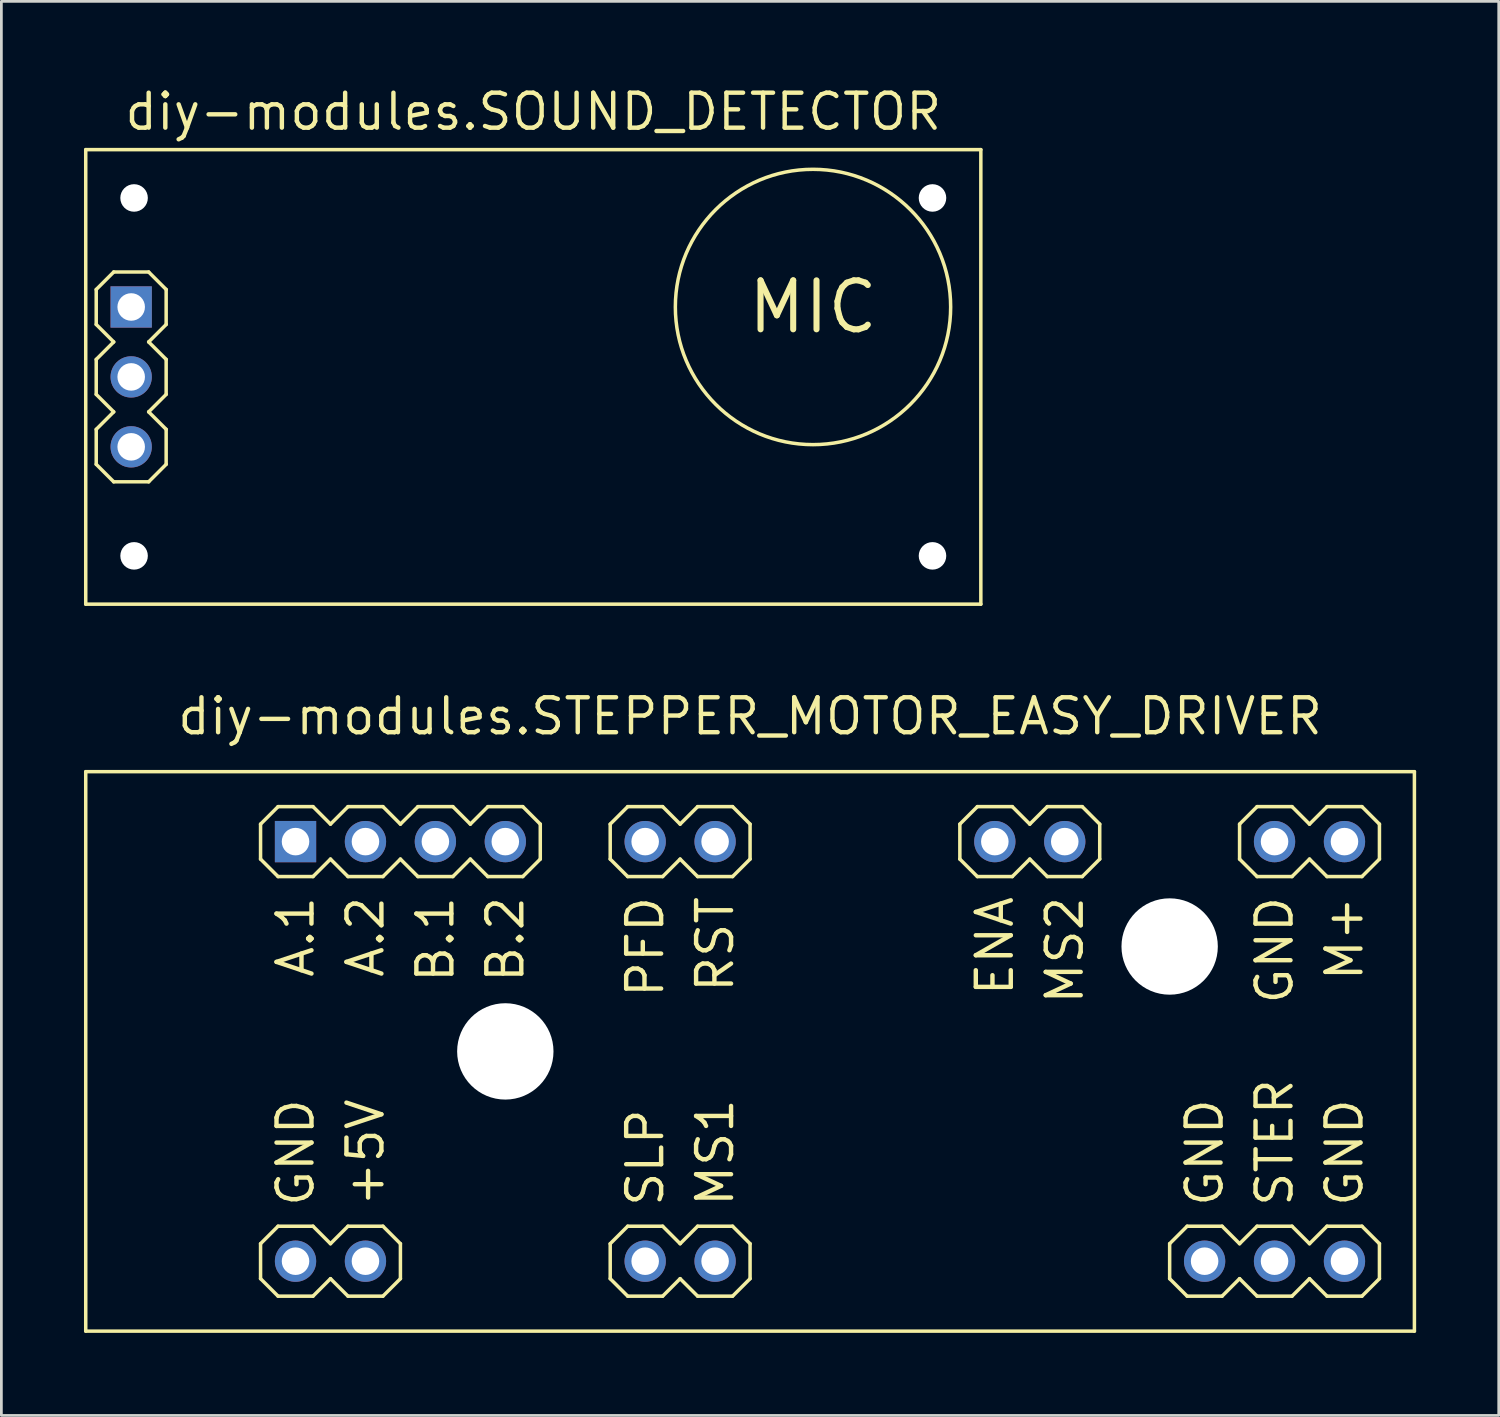
<source format=kicad_pcb>
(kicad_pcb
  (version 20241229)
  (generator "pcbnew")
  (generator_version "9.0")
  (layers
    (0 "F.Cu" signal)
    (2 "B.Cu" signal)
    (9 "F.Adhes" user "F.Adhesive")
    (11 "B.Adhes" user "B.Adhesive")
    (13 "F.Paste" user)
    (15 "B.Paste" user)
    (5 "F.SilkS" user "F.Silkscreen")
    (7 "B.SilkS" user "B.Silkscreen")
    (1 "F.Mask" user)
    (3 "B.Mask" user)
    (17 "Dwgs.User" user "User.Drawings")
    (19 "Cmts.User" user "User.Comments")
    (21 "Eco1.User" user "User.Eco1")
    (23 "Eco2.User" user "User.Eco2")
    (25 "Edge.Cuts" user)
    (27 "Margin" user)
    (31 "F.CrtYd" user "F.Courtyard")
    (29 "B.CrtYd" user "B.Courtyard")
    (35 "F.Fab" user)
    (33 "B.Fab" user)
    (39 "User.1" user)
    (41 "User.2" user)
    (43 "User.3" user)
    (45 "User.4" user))
  (footprint "diy-modules.SOUND_DETECTOR"
    (layer "F.Cu")
    (at 16.32 10.64)
    (property "Reference" "diy-modules.SOUND_DETECTOR" (at 0 -8.89 0) (layer "F.SilkS") (effects (font (size 1.27 1.27) (thickness 0.16)) (justify bottom)))
    (attr through_hole)
    (fp_line (start -16.256 -8.255) (end 16.256 -8.255) (stroke (width 0.127) (type default)) (layer "F.SilkS"))
    (fp_line (start -16.256 8.255) (end -16.256 -8.255) (stroke (width 0.127) (type default)) (layer "F.SilkS"))
    (fp_line (start -15.875 -3.175) (end -15.24 -3.81) (stroke (width 0.127) (type default)) (layer "F.SilkS"))
    (fp_line (start -15.875 -1.905) (end -15.875 -3.175) (stroke (width 0.127) (type default)) (layer "F.SilkS"))
    (fp_line (start -15.875 -0.635) (end -15.24 -1.27) (stroke (width 0.127) (type default)) (layer "F.SilkS"))
    (fp_line (start -15.875 0.635) (end -15.875 -0.635) (stroke (width 0.127) (type default)) (layer "F.SilkS"))
    (fp_line (start -15.875 1.905) (end -15.24 1.27) (stroke (width 0.127) (type default)) (layer "F.SilkS"))
    (fp_line (start -15.875 3.175) (end -15.875 1.905) (stroke (width 0.127) (type default)) (layer "F.SilkS"))
    (fp_line (start -15.24 -3.81) (end -13.97 -3.81) (stroke (width 0.127) (type default)) (layer "F.SilkS"))
    (fp_line (start -15.24 -1.27) (end -15.875 -1.905) (stroke (width 0.127) (type default)) (layer "F.SilkS"))
    (fp_line (start -15.24 1.27) (end -15.875 0.635) (stroke (width 0.127) (type default)) (layer "F.SilkS"))
    (fp_line (start -15.24 3.81) (end -15.875 3.175) (stroke (width 0.127) (type default)) (layer "F.SilkS"))
    (fp_line (start -13.97 -3.81) (end -13.335 -3.175) (stroke (width 0.127) (type default)) (layer "F.SilkS"))
    (fp_line (start -13.97 -1.27) (end -13.335 -0.635) (stroke (width 0.127) (type default)) (layer "F.SilkS"))
    (fp_line (start -13.97 1.27) (end -13.335 1.905) (stroke (width 0.127) (type default)) (layer "F.SilkS"))
    (fp_line (start -13.97 3.81) (end -15.24 3.81) (stroke (width 0.127) (type default)) (layer "F.SilkS"))
    (fp_line (start -13.335 -3.175) (end -13.335 -1.905) (stroke (width 0.127) (type default)) (layer "F.SilkS"))
    (fp_line (start -13.335 -1.905) (end -13.97 -1.27) (stroke (width 0.127) (type default)) (layer "F.SilkS"))
    (fp_line (start -13.335 -0.635) (end -13.335 0.635) (stroke (width 0.127) (type default)) (layer "F.SilkS"))
    (fp_line (start -13.335 0.635) (end -13.97 1.27) (stroke (width 0.127) (type default)) (layer "F.SilkS"))
    (fp_line (start -13.335 1.905) (end -13.335 3.175) (stroke (width 0.127) (type default)) (layer "F.SilkS"))
    (fp_line (start -13.335 3.175) (end -13.97 3.81) (stroke (width 0.127) (type default)) (layer "F.SilkS"))
    (fp_line (start 16.256 -8.255) (end 16.256 8.255) (stroke (width 0.127) (type default)) (layer "F.SilkS"))
    (fp_line (start 16.256 8.255) (end -16.256 8.255) (stroke (width 0.127) (type default)) (layer "F.SilkS"))
    (fp_circle (center 10.16 -2.54) (end 15.16 -2.54) (stroke (width 0.127) (type default)) (fill no) (layer "F.SilkS"))
    (fp_text user "MIC" (at 10.16 -2.54 0) (layer "F.SilkS") (effects (font (size 1.778 1.778) (thickness 0.22))))
    (pad "" np_thru_hole circle (at -14.5 -6.5) (size 1 1) (drill 1) (layers "*.Cu" "*.Mask"))
    (pad "" np_thru_hole circle (at -14.5 6.5) (size 1 1) (drill 1) (layers "*.Cu" "*.Mask"))
    (pad "" np_thru_hole circle (at 14.5 -6.5) (size 1 1) (drill 1) (layers "*.Cu" "*.Mask"))
    (pad "" np_thru_hole circle (at 14.5 6.5) (size 1 1) (drill 1) (layers "*.Cu" "*.Mask"))
    (pad "1" thru_hole rect (at -14.605 -2.54) (size 1.5 1.5) (drill 1) (layers "*.Cu" "*.Mask"))
    (pad "2" thru_hole circle (at -14.605 0) (size 1.5 1.5) (drill 1) (layers "*.Cu" "*.Mask"))
    (pad "3" thru_hole circle (at -14.605 2.54) (size 1.5 1.5) (drill 1) (layers "*.Cu" "*.Mask")))
  (footprint "diy-modules.STEPPER_MOTOR_EASY_DRIVER"
    (layer "F.Cu")
    (at 24.194 35.139)
    (property "Reference" "diy-modules.STEPPER_MOTOR_EASY_DRIVER" (at 0 -11.43 0) (layer "F.SilkS") (effects (font (size 1.27 1.27) (thickness 0.16)) (justify bottom)))
    (attr through_hole)
    (fp_line (start -24.13 -10.16) (end 24.13 -10.16) (stroke (width 0.127) (type default)) (layer "F.SilkS"))
    (fp_line (start -24.13 10.16) (end -24.13 -10.16) (stroke (width 0.127) (type default)) (layer "F.SilkS"))
    (fp_line (start -17.78 -8.255) (end -17.145 -8.89) (stroke (width 0.127) (type default)) (layer "F.SilkS"))
    (fp_line (start -17.78 -6.985) (end -17.78 -8.255) (stroke (width 0.127) (type default)) (layer "F.SilkS"))
    (fp_line (start -17.78 6.985) (end -17.145 6.35) (stroke (width 0.127) (type default)) (layer "F.SilkS"))
    (fp_line (start -17.78 8.255) (end -17.78 6.985) (stroke (width 0.127) (type default)) (layer "F.SilkS"))
    (fp_line (start -17.145 -8.89) (end -15.875 -8.89) (stroke (width 0.127) (type default)) (layer "F.SilkS"))
    (fp_line (start -17.145 -6.35) (end -17.78 -6.985) (stroke (width 0.127) (type default)) (layer "F.SilkS"))
    (fp_line (start -17.145 6.35) (end -15.875 6.35) (stroke (width 0.127) (type default)) (layer "F.SilkS"))
    (fp_line (start -17.145 8.89) (end -17.78 8.255) (stroke (width 0.127) (type default)) (layer "F.SilkS"))
    (fp_line (start -15.875 -8.89) (end -15.24 -8.255) (stroke (width 0.127) (type default)) (layer "F.SilkS"))
    (fp_line (start -15.875 -6.35) (end -17.145 -6.35) (stroke (width 0.127) (type default)) (layer "F.SilkS"))
    (fp_line (start -15.875 6.35) (end -15.24 6.985) (stroke (width 0.127) (type default)) (layer "F.SilkS"))
    (fp_line (start -15.875 8.89) (end -17.145 8.89) (stroke (width 0.127) (type default)) (layer "F.SilkS"))
    (fp_line (start -15.24 -8.255) (end -14.605 -8.89) (stroke (width 0.127) (type default)) (layer "F.SilkS"))
    (fp_line (start -15.24 -6.985) (end -15.875 -6.35) (stroke (width 0.127) (type default)) (layer "F.SilkS"))
    (fp_line (start -15.24 6.985) (end -14.605 6.35) (stroke (width 0.127) (type default)) (layer "F.SilkS"))
    (fp_line (start -15.24 8.255) (end -15.875 8.89) (stroke (width 0.127) (type default)) (layer "F.SilkS"))
    (fp_line (start -14.605 -8.89) (end -13.335 -8.89) (stroke (width 0.127) (type default)) (layer "F.SilkS"))
    (fp_line (start -14.605 -6.35) (end -15.24 -6.985) (stroke (width 0.127) (type default)) (layer "F.SilkS"))
    (fp_line (start -14.605 6.35) (end -13.335 6.35) (stroke (width 0.127) (type default)) (layer "F.SilkS"))
    (fp_line (start -14.605 8.89) (end -15.24 8.255) (stroke (width 0.127) (type default)) (layer "F.SilkS"))
    (fp_line (start -13.335 -8.89) (end -12.7 -8.255) (stroke (width 0.127) (type default)) (layer "F.SilkS"))
    (fp_line (start -13.335 -6.35) (end -14.605 -6.35) (stroke (width 0.127) (type default)) (layer "F.SilkS"))
    (fp_line (start -13.335 6.35) (end -12.7 6.985) (stroke (width 0.127) (type default)) (layer "F.SilkS"))
    (fp_line (start -13.335 8.89) (end -14.605 8.89) (stroke (width 0.127) (type default)) (layer "F.SilkS"))
    (fp_line (start -12.7 -8.255) (end -12.065 -8.89) (stroke (width 0.127) (type default)) (layer "F.SilkS"))
    (fp_line (start -12.7 -6.985) (end -13.335 -6.35) (stroke (width 0.127) (type default)) (layer "F.SilkS"))
    (fp_line (start -12.7 6.985) (end -12.7 8.255) (stroke (width 0.127) (type default)) (layer "F.SilkS"))
    (fp_line (start -12.7 8.255) (end -13.335 8.89) (stroke (width 0.127) (type default)) (layer "F.SilkS"))
    (fp_line (start -12.065 -8.89) (end -10.795 -8.89) (stroke (width 0.127) (type default)) (layer "F.SilkS"))
    (fp_line (start -12.065 -6.35) (end -12.7 -6.985) (stroke (width 0.127) (type default)) (layer "F.SilkS"))
    (fp_line (start -10.795 -8.89) (end -10.16 -8.255) (stroke (width 0.127) (type default)) (layer "F.SilkS"))
    (fp_line (start -10.795 -6.35) (end -12.065 -6.35) (stroke (width 0.127) (type default)) (layer "F.SilkS"))
    (fp_line (start -10.16 -8.255) (end -9.525 -8.89) (stroke (width 0.127) (type default)) (layer "F.SilkS"))
    (fp_line (start -10.16 -6.985) (end -10.795 -6.35) (stroke (width 0.127) (type default)) (layer "F.SilkS"))
    (fp_line (start -9.525 -8.89) (end -8.255 -8.89) (stroke (width 0.127) (type default)) (layer "F.SilkS"))
    (fp_line (start -9.525 -6.35) (end -10.16 -6.985) (stroke (width 0.127) (type default)) (layer "F.SilkS"))
    (fp_line (start -8.255 -8.89) (end -7.62 -8.255) (stroke (width 0.127) (type default)) (layer "F.SilkS"))
    (fp_line (start -8.255 -6.35) (end -9.525 -6.35) (stroke (width 0.127) (type default)) (layer "F.SilkS"))
    (fp_line (start -7.62 -8.255) (end -7.62 -6.985) (stroke (width 0.127) (type default)) (layer "F.SilkS"))
    (fp_line (start -7.62 -6.985) (end -8.255 -6.35) (stroke (width 0.127) (type default)) (layer "F.SilkS"))
    (fp_line (start -5.08 -8.255) (end -4.445 -8.89) (stroke (width 0.127) (type default)) (layer "F.SilkS"))
    (fp_line (start -5.08 -6.985) (end -5.08 -8.255) (stroke (width 0.127) (type default)) (layer "F.SilkS"))
    (fp_line (start -5.08 6.985) (end -4.445 6.35) (stroke (width 0.127) (type default)) (layer "F.SilkS"))
    (fp_line (start -5.08 8.255) (end -5.08 6.985) (stroke (width 0.127) (type default)) (layer "F.SilkS"))
    (fp_line (start -4.445 -8.89) (end -3.175 -8.89) (stroke (width 0.127) (type default)) (layer "F.SilkS"))
    (fp_line (start -4.445 -6.35) (end -5.08 -6.985) (stroke (width 0.127) (type default)) (layer "F.SilkS"))
    (fp_line (start -4.445 6.35) (end -3.175 6.35) (stroke (width 0.127) (type default)) (layer "F.SilkS"))
    (fp_line (start -4.445 8.89) (end -5.08 8.255) (stroke (width 0.127) (type default)) (layer "F.SilkS"))
    (fp_line (start -3.175 -8.89) (end -2.54 -8.255) (stroke (width 0.127) (type default)) (layer "F.SilkS"))
    (fp_line (start -3.175 -6.35) (end -4.445 -6.35) (stroke (width 0.127) (type default)) (layer "F.SilkS"))
    (fp_line (start -3.175 6.35) (end -2.54 6.985) (stroke (width 0.127) (type default)) (layer "F.SilkS"))
    (fp_line (start -3.175 8.89) (end -4.445 8.89) (stroke (width 0.127) (type default)) (layer "F.SilkS"))
    (fp_line (start -2.54 -8.255) (end -1.905 -8.89) (stroke (width 0.127) (type default)) (layer "F.SilkS"))
    (fp_line (start -2.54 -6.985) (end -3.175 -6.35) (stroke (width 0.127) (type default)) (layer "F.SilkS"))
    (fp_line (start -2.54 6.985) (end -1.905 6.35) (stroke (width 0.127) (type default)) (layer "F.SilkS"))
    (fp_line (start -2.54 8.255) (end -3.175 8.89) (stroke (width 0.127) (type default)) (layer "F.SilkS"))
    (fp_line (start -1.905 -8.89) (end -0.635 -8.89) (stroke (width 0.127) (type default)) (layer "F.SilkS"))
    (fp_line (start -1.905 -6.35) (end -2.54 -6.985) (stroke (width 0.127) (type default)) (layer "F.SilkS"))
    (fp_line (start -1.905 6.35) (end -0.635 6.35) (stroke (width 0.127) (type default)) (layer "F.SilkS"))
    (fp_line (start -1.905 8.89) (end -2.54 8.255) (stroke (width 0.127) (type default)) (layer "F.SilkS"))
    (fp_line (start -0.635 -8.89) (end 0 -8.255) (stroke (width 0.127) (type default)) (layer "F.SilkS"))
    (fp_line (start -0.635 -6.35) (end -1.905 -6.35) (stroke (width 0.127) (type default)) (layer "F.SilkS"))
    (fp_line (start -0.635 6.35) (end 0 6.985) (stroke (width 0.127) (type default)) (layer "F.SilkS"))
    (fp_line (start -0.635 8.89) (end -1.905 8.89) (stroke (width 0.127) (type default)) (layer "F.SilkS"))
    (fp_line (start 0 -8.255) (end 0 -6.985) (stroke (width 0.127) (type default)) (layer "F.SilkS"))
    (fp_line (start 0 -6.985) (end -0.635 -6.35) (stroke (width 0.127) (type default)) (layer "F.SilkS"))
    (fp_line (start 0 6.985) (end 0 8.255) (stroke (width 0.127) (type default)) (layer "F.SilkS"))
    (fp_line (start 0 8.255) (end -0.635 8.89) (stroke (width 0.127) (type default)) (layer "F.SilkS"))
    (fp_line (start 7.62 -8.255) (end 8.255 -8.89) (stroke (width 0.127) (type default)) (layer "F.SilkS"))
    (fp_line (start 7.62 -6.985) (end 7.62 -8.255) (stroke (width 0.127) (type default)) (layer "F.SilkS"))
    (fp_line (start 8.255 -8.89) (end 9.525 -8.89) (stroke (width 0.127) (type default)) (layer "F.SilkS"))
    (fp_line (start 8.255 -6.35) (end 7.62 -6.985) (stroke (width 0.127) (type default)) (layer "F.SilkS"))
    (fp_line (start 9.525 -8.89) (end 10.16 -8.255) (stroke (width 0.127) (type default)) (layer "F.SilkS"))
    (fp_line (start 9.525 -6.35) (end 8.255 -6.35) (stroke (width 0.127) (type default)) (layer "F.SilkS"))
    (fp_line (start 10.16 -8.255) (end 10.795 -8.89) (stroke (width 0.127) (type default)) (layer "F.SilkS"))
    (fp_line (start 10.16 -6.985) (end 9.525 -6.35) (stroke (width 0.127) (type default)) (layer "F.SilkS"))
    (fp_line (start 10.795 -8.89) (end 12.065 -8.89) (stroke (width 0.127) (type default)) (layer "F.SilkS"))
    (fp_line (start 10.795 -6.35) (end 10.16 -6.985) (stroke (width 0.127) (type default)) (layer "F.SilkS"))
    (fp_line (start 12.065 -8.89) (end 12.7 -8.255) (stroke (width 0.127) (type default)) (layer "F.SilkS"))
    (fp_line (start 12.065 -6.35) (end 10.795 -6.35) (stroke (width 0.127) (type default)) (layer "F.SilkS"))
    (fp_line (start 12.7 -8.255) (end 12.7 -6.985) (stroke (width 0.127) (type default)) (layer "F.SilkS"))
    (fp_line (start 12.7 -6.985) (end 12.065 -6.35) (stroke (width 0.127) (type default)) (layer "F.SilkS"))
    (fp_line (start 15.24 6.985) (end 15.875 6.35) (stroke (width 0.127) (type default)) (layer "F.SilkS"))
    (fp_line (start 15.24 8.255) (end 15.24 6.985) (stroke (width 0.127) (type default)) (layer "F.SilkS"))
    (fp_line (start 15.875 6.35) (end 17.145 6.35) (stroke (width 0.127) (type default)) (layer "F.SilkS"))
    (fp_line (start 15.875 8.89) (end 15.24 8.255) (stroke (width 0.127) (type default)) (layer "F.SilkS"))
    (fp_line (start 17.145 6.35) (end 17.78 6.985) (stroke (width 0.127) (type default)) (layer "F.SilkS"))
    (fp_line (start 17.145 8.89) (end 15.875 8.89) (stroke (width 0.127) (type default)) (layer "F.SilkS"))
    (fp_line (start 17.78 -8.255) (end 18.415 -8.89) (stroke (width 0.127) (type default)) (layer "F.SilkS"))
    (fp_line (start 17.78 -6.985) (end 17.78 -8.255) (stroke (width 0.127) (type default)) (layer "F.SilkS"))
    (fp_line (start 17.78 6.985) (end 18.415 6.35) (stroke (width 0.127) (type default)) (layer "F.SilkS"))
    (fp_line (start 17.78 8.255) (end 17.145 8.89) (stroke (width 0.127) (type default)) (layer "F.SilkS"))
    (fp_line (start 18.415 -8.89) (end 19.685 -8.89) (stroke (width 0.127) (type default)) (layer "F.SilkS"))
    (fp_line (start 18.415 -6.35) (end 17.78 -6.985) (stroke (width 0.127) (type default)) (layer "F.SilkS"))
    (fp_line (start 18.415 6.35) (end 19.685 6.35) (stroke (width 0.127) (type default)) (layer "F.SilkS"))
    (fp_line (start 18.415 8.89) (end 17.78 8.255) (stroke (width 0.127) (type default)) (layer "F.SilkS"))
    (fp_line (start 19.685 -8.89) (end 20.32 -8.255) (stroke (width 0.127) (type default)) (layer "F.SilkS"))
    (fp_line (start 19.685 -6.35) (end 18.415 -6.35) (stroke (width 0.127) (type default)) (layer "F.SilkS"))
    (fp_line (start 19.685 6.35) (end 20.32 6.985) (stroke (width 0.127) (type default)) (layer "F.SilkS"))
    (fp_line (start 19.685 8.89) (end 18.415 8.89) (stroke (width 0.127) (type default)) (layer "F.SilkS"))
    (fp_line (start 20.32 -8.255) (end 20.955 -8.89) (stroke (width 0.127) (type default)) (layer "F.SilkS"))
    (fp_line (start 20.32 -6.985) (end 19.685 -6.35) (stroke (width 0.127) (type default)) (layer "F.SilkS"))
    (fp_line (start 20.32 6.985) (end 20.955 6.35) (stroke (width 0.127) (type default)) (layer "F.SilkS"))
    (fp_line (start 20.32 8.255) (end 19.685 8.89) (stroke (width 0.127) (type default)) (layer "F.SilkS"))
    (fp_line (start 20.955 -8.89) (end 22.225 -8.89) (stroke (width 0.127) (type default)) (layer "F.SilkS"))
    (fp_line (start 20.955 -6.35) (end 20.32 -6.985) (stroke (width 0.127) (type default)) (layer "F.SilkS"))
    (fp_line (start 20.955 6.35) (end 22.225 6.35) (stroke (width 0.127) (type default)) (layer "F.SilkS"))
    (fp_line (start 20.955 8.89) (end 20.32 8.255) (stroke (width 0.127) (type default)) (layer "F.SilkS"))
    (fp_line (start 22.225 -8.89) (end 22.86 -8.255) (stroke (width 0.127) (type default)) (layer "F.SilkS"))
    (fp_line (start 22.225 -6.35) (end 20.955 -6.35) (stroke (width 0.127) (type default)) (layer "F.SilkS"))
    (fp_line (start 22.225 6.35) (end 22.86 6.985) (stroke (width 0.127) (type default)) (layer "F.SilkS"))
    (fp_line (start 22.225 8.89) (end 20.955 8.89) (stroke (width 0.127) (type default)) (layer "F.SilkS"))
    (fp_line (start 22.86 -8.255) (end 22.86 -6.985) (stroke (width 0.127) (type default)) (layer "F.SilkS"))
    (fp_line (start 22.86 -6.985) (end 22.225 -6.35) (stroke (width 0.127) (type default)) (layer "F.SilkS"))
    (fp_line (start 22.86 6.985) (end 22.86 8.255) (stroke (width 0.127) (type default)) (layer "F.SilkS"))
    (fp_line (start 22.86 8.255) (end 22.225 8.89) (stroke (width 0.127) (type default)) (layer "F.SilkS"))
    (fp_line (start 24.13 -10.16) (end 24.13 10.16) (stroke (width 0.127) (type default)) (layer "F.SilkS"))
    (fp_line (start 24.13 10.16) (end -24.13 10.16) (stroke (width 0.127) (type default)) (layer "F.SilkS"))
    (fp_text user "MS1" (at -1.27 5.715 90) (layer "F.SilkS") (effects (font (size 1.27 1.27) (thickness 0.16)) (justify left)))
    (fp_text user "A.1" (at -16.51 -5.715 90) (layer "F.SilkS") (effects (font (size 1.27 1.27) (thickness 0.16)) (justify right)))
    (fp_text user "SLP" (at -3.81 5.715 90) (layer "F.SilkS") (effects (font (size 1.27 1.27) (thickness 0.16)) (justify left)))
    (fp_text user "RST" (at -1.27 -5.715 90) (layer "F.SilkS") (effects (font (size 1.27 1.27) (thickness 0.16)) (justify right)))
    (fp_text user "PFD" (at -3.81 -5.715 90) (layer "F.SilkS") (effects (font (size 1.27 1.27) (thickness 0.16)) (justify right)))
    (fp_text user "M+" (at 21.59 -5.715 90) (layer "F.SilkS") (effects (font (size 1.27 1.27) (thickness 0.16)) (justify right)))
    (fp_text user "MS2" (at 11.43 -5.715 90) (layer "F.SilkS") (effects (font (size 1.27 1.27) (thickness 0.16)) (justify right)))
    (fp_text user "STER" (at 19.05 5.715 90) (layer "F.SilkS") (effects (font (size 1.27 1.27) (thickness 0.16)) (justify left)))
    (fp_text user "GND" (at 19.05 -5.715 90) (layer "F.SilkS") (effects (font (size 1.27 1.27) (thickness 0.16)) (justify right)))
    (fp_text user "ENA" (at 8.89 -5.715 90) (layer "F.SilkS") (effects (font (size 1.27 1.27) (thickness 0.16)) (justify right)))
    (fp_text user "B.1" (at -11.43 -5.715 90) (layer "F.SilkS") (effects (font (size 1.27 1.27) (thickness 0.16)) (justify right)))
    (fp_text user "+5V" (at -13.97 5.715 90) (layer "F.SilkS") (effects (font (size 1.27 1.27) (thickness 0.16)) (justify left)))
    (fp_text user "GND" (at 21.59 5.715 90) (layer "F.SilkS") (effects (font (size 1.27 1.27) (thickness 0.16)) (justify left)))
    (fp_text user "B.2" (at -8.89 -5.715 90) (layer "F.SilkS") (effects (font (size 1.27 1.27) (thickness 0.16)) (justify right)))
    (fp_text user "GND" (at -16.51 5.715 90) (layer "F.SilkS") (effects (font (size 1.27 1.27) (thickness 0.16)) (justify left)))
    (fp_text user "GND" (at 16.51 5.715 90) (layer "F.SilkS") (effects (font (size 1.27 1.27) (thickness 0.16)) (justify left)))
    (fp_text user "A.2" (at -13.97 -5.715 90) (layer "F.SilkS") (effects (font (size 1.27 1.27) (thickness 0.16)) (justify right)))
    (pad "" np_thru_hole circle (at -8.89 0) (size 3.5 3.5) (drill 3.5) (layers "*.Cu" "*.Mask"))
    (pad "" np_thru_hole circle (at 15.24 -3.81) (size 3.5 3.5) (drill 3.5) (layers "*.Cu" "*.Mask"))
    (pad "JP1.1" thru_hole circle (at 19.05 -7.62) (size 1.5 1.5) (drill 1) (layers "*.Cu" "*.Mask"))
    (pad "JP1.2" thru_hole circle (at 21.59 -7.62) (size 1.5 1.5) (drill 1) (layers "*.Cu" "*.Mask"))
    (pad "JP2.1" thru_hole circle (at 16.51 7.62) (size 1.5 1.5) (drill 1) (layers "*.Cu" "*.Mask"))
    (pad "JP2.2" thru_hole circle (at 19.05 7.62) (size 1.5 1.5) (drill 1) (layers "*.Cu" "*.Mask"))
    (pad "JP2.3" thru_hole circle (at 21.59 7.62) (size 1.5 1.5) (drill 1) (layers "*.Cu" "*.Mask"))
    (pad "JP3.1" thru_hole rect (at -16.51 -7.62) (size 1.5 1.5) (drill 1) (layers "*.Cu" "*.Mask"))
    (pad "JP3.2" thru_hole circle (at -13.97 -7.62) (size 1.5 1.5) (drill 1) (layers "*.Cu" "*.Mask"))
    (pad "JP3.3" thru_hole circle (at -11.43 -7.62) (size 1.5 1.5) (drill 1) (layers "*.Cu" "*.Mask"))
    (pad "JP3.4" thru_hole circle (at -8.89 -7.62) (size 1.5 1.5) (drill 1) (layers "*.Cu" "*.Mask"))
    (pad "JP4.1" thru_hole circle (at -13.97 7.62) (size 1.5 1.5) (drill 1) (layers "*.Cu" "*.Mask"))
    (pad "JP4.2" thru_hole circle (at -16.51 7.62) (size 1.5 1.5) (drill 1) (layers "*.Cu" "*.Mask"))
    (pad "JP5.1" thru_hole circle (at -1.27 7.62) (size 1.5 1.5) (drill 1) (layers "*.Cu" "*.Mask"))
    (pad "JP5.2" thru_hole circle (at -3.81 7.62) (size 1.5 1.5) (drill 1) (layers "*.Cu" "*.Mask"))
    (pad "JP6.1" thru_hole circle (at 8.89 -7.62) (size 1.5 1.5) (drill 1) (layers "*.Cu" "*.Mask"))
    (pad "JP6.2" thru_hole circle (at 11.43 -7.62) (size 1.5 1.5) (drill 1) (layers "*.Cu" "*.Mask"))
    (pad "JP7.1" thru_hole circle (at -3.81 -7.62) (size 1.5 1.5) (drill 1) (layers "*.Cu" "*.Mask"))
    (pad "JP7.2" thru_hole circle (at -1.27 -7.62) (size 1.5 1.5) (drill 1) (layers "*.Cu" "*.Mask")))
  (gr_rect
    (start -3 -3)
    (end 51.387 48.362)
    (stroke (width 0.1) (type default))
    (fill no)
    (layer "Edge.Cuts")))
</source>
